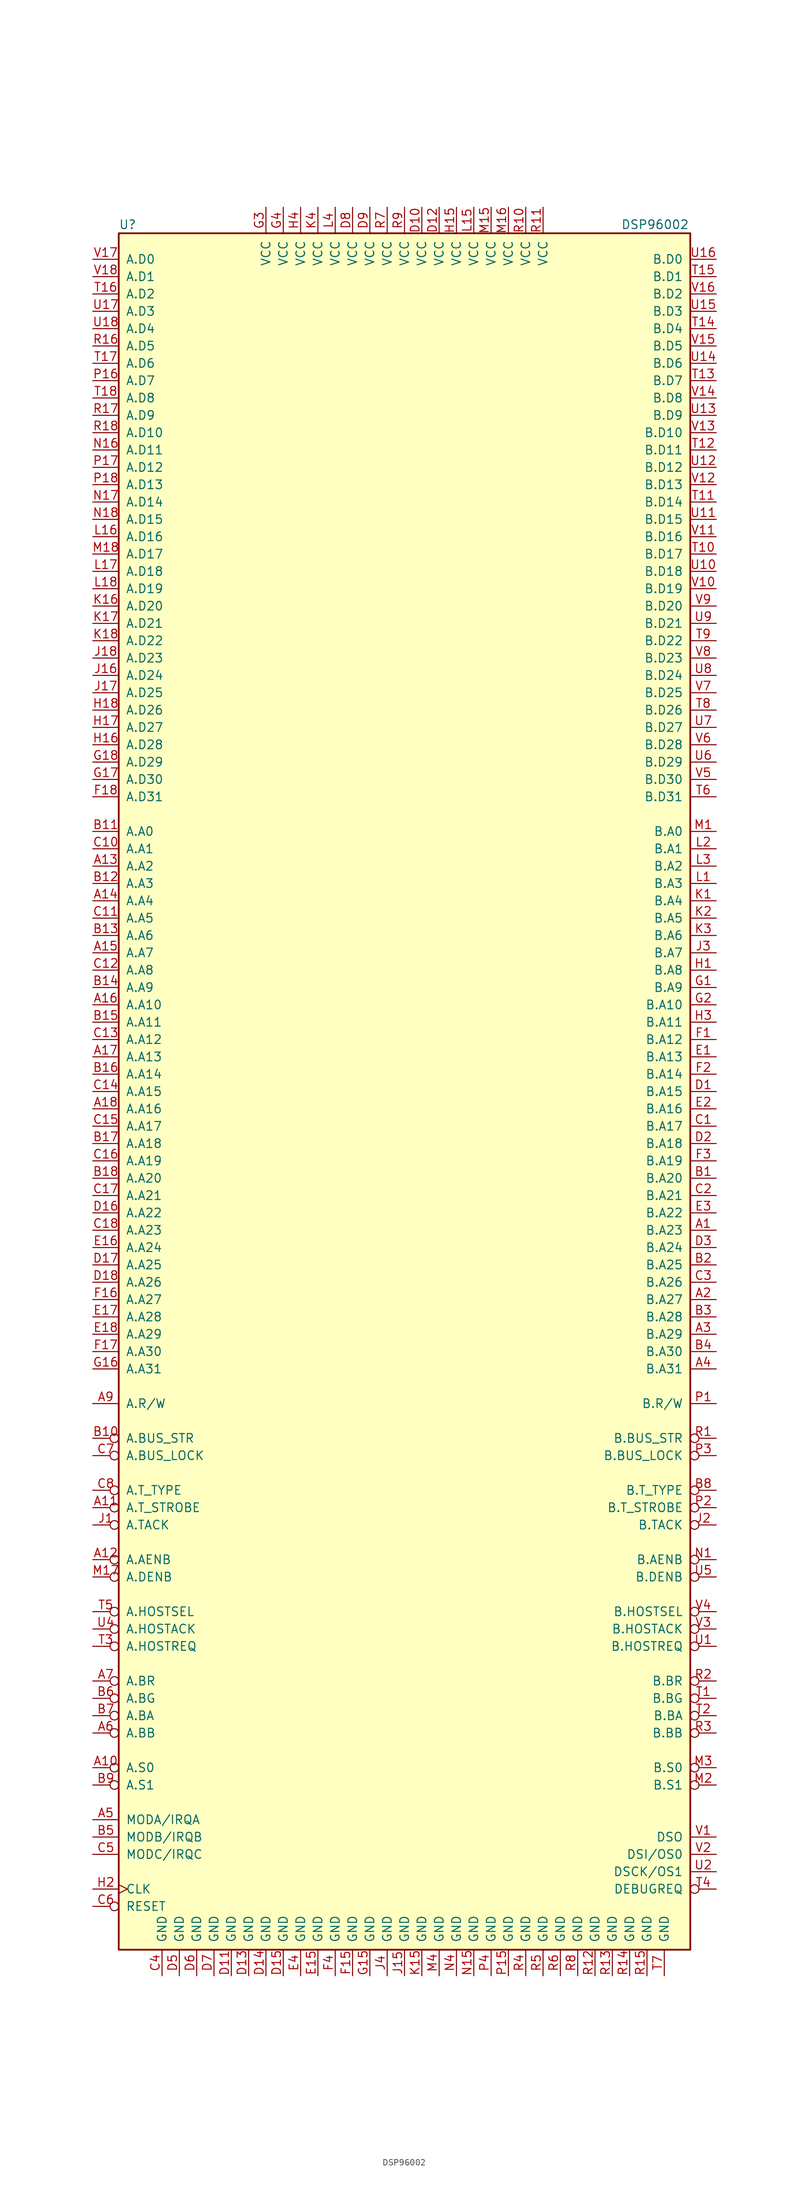
<source format=kicad_sym>
(kicad_symbol_lib
  (version 20211014)
  (generator kicad_symbol_editor)
  (symbol "DSP96002"
    (pin_names
      (offset 1.016))
    (property "Reference" "U"
      (at -41.91 127 0)
      (effects (font (size 1.27 1.27)) (justify left)))
    (property "Value" "DSP96002"
      (at 31.75 127 0)
      (effects (font (size 1.27 1.27)) (justify left)))
    (symbol "DSP96002_0_1"
      (rectangle (start -41.91 -125.73) (end 41.91 125.73) (stroke (width 0.254) (type default) (color 0 0 0 0)) (fill (type background))))
    (symbol "DSP96002_1_1"
      (pin tri_state line (at 45.72 -20.32 180) (length 3.81) (name "B.A23" (effects (font (size 1.27 1.27)))) (number "A1" (effects (font (size 1.27 1.27)))))
      (pin tri_state inverted (at -45.72 -99.06 0) (length 3.81) (name "A.S0" (effects (font (size 1.27 1.27)))) (number "A10" (effects (font (size 1.27 1.27)))))
      (pin tri_state inverted (at -45.72 -60.96 0) (length 3.81) (name "A.T_STROBE" (effects (font (size 1.27 1.27)))) (number "A11" (effects (font (size 1.27 1.27)))))
      (pin input inverted (at -45.72 -68.58 0) (length 3.81) (name "A.AENB" (effects (font (size 1.27 1.27)))) (number "A12" (effects (font (size 1.27 1.27)))))
      (pin tri_state line (at -45.72 33.02 0) (length 3.81) (name "A.A2" (effects (font (size 1.27 1.27)))) (number "A13" (effects (font (size 1.27 1.27)))))
      (pin tri_state line (at -45.72 27.94 0) (length 3.81) (name "A.A4" (effects (font (size 1.27 1.27)))) (number "A14" (effects (font (size 1.27 1.27)))))
      (pin tri_state line (at -45.72 20.32 0) (length 3.81) (name "A.A7" (effects (font (size 1.27 1.27)))) (number "A15" (effects (font (size 1.27 1.27)))))
      (pin tri_state line (at -45.72 12.7 0) (length 3.81) (name "A.A10" (effects (font (size 1.27 1.27)))) (number "A16" (effects (font (size 1.27 1.27)))))
      (pin tri_state line (at -45.72 5.08 0) (length 3.81) (name "A.A13" (effects (font (size 1.27 1.27)))) (number "A17" (effects (font (size 1.27 1.27)))))
      (pin tri_state line (at -45.72 -2.54 0) (length 3.81) (name "A.A16" (effects (font (size 1.27 1.27)))) (number "A18" (effects (font (size 1.27 1.27)))))
      (pin tri_state line (at 45.72 -30.48 180) (length 3.81) (name "B.A27" (effects (font (size 1.27 1.27)))) (number "A2" (effects (font (size 1.27 1.27)))))
      (pin tri_state line (at 45.72 -35.56 180) (length 3.81) (name "B.A29" (effects (font (size 1.27 1.27)))) (number "A3" (effects (font (size 1.27 1.27)))))
      (pin tri_state line (at 45.72 -40.64 180) (length 3.81) (name "B.A31" (effects (font (size 1.27 1.27)))) (number "A4" (effects (font (size 1.27 1.27)))))
      (pin input line (at -45.72 -106.68 0) (length 3.81) (name "MODA/IRQA" (effects (font (size 1.27 1.27)))) (number "A5" (effects (font (size 1.27 1.27)))))
      (pin input inverted (at -45.72 -93.98 0) (length 3.81) (name "A.BB" (effects (font (size 1.27 1.27)))) (number "A6" (effects (font (size 1.27 1.27)))))
      (pin output inverted (at -45.72 -86.36 0) (length 3.81) (name "A.BR" (effects (font (size 1.27 1.27)))) (number "A7" (effects (font (size 1.27 1.27)))))
      (pin tri_state line (at -45.72 -45.72 0) (length 3.81) (name "A.R/W" (effects (font (size 1.27 1.27)))) (number "A9" (effects (font (size 1.27 1.27)))))
      (pin tri_state line (at 45.72 -12.7 180) (length 3.81) (name "B.A20" (effects (font (size 1.27 1.27)))) (number "B1" (effects (font (size 1.27 1.27)))))
      (pin output inverted (at -45.72 -50.8 0) (length 3.81) (name "A.BUS_STR" (effects (font (size 1.27 1.27)))) (number "B10" (effects (font (size 1.27 1.27)))))
      (pin tri_state line (at -45.72 38.1 0) (length 3.81) (name "A.A0" (effects (font (size 1.27 1.27)))) (number "B11" (effects (font (size 1.27 1.27)))))
      (pin tri_state line (at -45.72 30.48 0) (length 3.81) (name "A.A3" (effects (font (size 1.27 1.27)))) (number "B12" (effects (font (size 1.27 1.27)))))
      (pin tri_state line (at -45.72 22.86 0) (length 3.81) (name "A.A6" (effects (font (size 1.27 1.27)))) (number "B13" (effects (font (size 1.27 1.27)))))
      (pin tri_state line (at -45.72 15.24 0) (length 3.81) (name "A.A9" (effects (font (size 1.27 1.27)))) (number "B14" (effects (font (size 1.27 1.27)))))
      (pin tri_state line (at -45.72 10.16 0) (length 3.81) (name "A.A11" (effects (font (size 1.27 1.27)))) (number "B15" (effects (font (size 1.27 1.27)))))
      (pin tri_state line (at -45.72 2.54 0) (length 3.81) (name "A.A14" (effects (font (size 1.27 1.27)))) (number "B16" (effects (font (size 1.27 1.27)))))
      (pin tri_state line (at -45.72 -7.62 0) (length 3.81) (name "A.A18" (effects (font (size 1.27 1.27)))) (number "B17" (effects (font (size 1.27 1.27)))))
      (pin tri_state line (at -45.72 -12.7 0) (length 3.81) (name "A.A20" (effects (font (size 1.27 1.27)))) (number "B18" (effects (font (size 1.27 1.27)))))
      (pin tri_state line (at 45.72 -25.4 180) (length 3.81) (name "B.A25" (effects (font (size 1.27 1.27)))) (number "B2" (effects (font (size 1.27 1.27)))))
      (pin tri_state line (at 45.72 -33.02 180) (length 3.81) (name "B.A28" (effects (font (size 1.27 1.27)))) (number "B3" (effects (font (size 1.27 1.27)))))
      (pin tri_state line (at 45.72 -38.1 180) (length 3.81) (name "B.A30" (effects (font (size 1.27 1.27)))) (number "B4" (effects (font (size 1.27 1.27)))))
      (pin input line (at -45.72 -109.22 0) (length 3.81) (name "MODB/IRQB" (effects (font (size 1.27 1.27)))) (number "B5" (effects (font (size 1.27 1.27)))))
      (pin input inverted (at -45.72 -88.9 0) (length 3.81) (name "A.BG" (effects (font (size 1.27 1.27)))) (number "B6" (effects (font (size 1.27 1.27)))))
      (pin open_collector inverted (at -45.72 -91.44 0) (length 3.81) (name "A.BA" (effects (font (size 1.27 1.27)))) (number "B7" (effects (font (size 1.27 1.27)))))
      (pin output inverted (at 45.72 -58.42 180) (length 3.81) (name "B.T_TYPE" (effects (font (size 1.27 1.27)))) (number "B8" (effects (font (size 1.27 1.27)))))
      (pin tri_state inverted (at -45.72 -101.6 0) (length 3.81) (name "A.S1" (effects (font (size 1.27 1.27)))) (number "B9" (effects (font (size 1.27 1.27)))))
      (pin tri_state line (at 45.72 -5.08 180) (length 3.81) (name "B.A17" (effects (font (size 1.27 1.27)))) (number "C1" (effects (font (size 1.27 1.27)))))
      (pin tri_state line (at -45.72 35.56 0) (length 3.81) (name "A.A1" (effects (font (size 1.27 1.27)))) (number "C10" (effects (font (size 1.27 1.27)))))
      (pin tri_state line (at -45.72 25.4 0) (length 3.81) (name "A.A5" (effects (font (size 1.27 1.27)))) (number "C11" (effects (font (size 1.27 1.27)))))
      (pin tri_state line (at -45.72 17.78 0) (length 3.81) (name "A.A8" (effects (font (size 1.27 1.27)))) (number "C12" (effects (font (size 1.27 1.27)))))
      (pin tri_state line (at -45.72 7.62 0) (length 3.81) (name "A.A12" (effects (font (size 1.27 1.27)))) (number "C13" (effects (font (size 1.27 1.27)))))
      (pin tri_state line (at -45.72 0 0) (length 3.81) (name "A.A15" (effects (font (size 1.27 1.27)))) (number "C14" (effects (font (size 1.27 1.27)))))
      (pin tri_state line (at -45.72 -5.08 0) (length 3.81) (name "A.A17" (effects (font (size 1.27 1.27)))) (number "C15" (effects (font (size 1.27 1.27)))))
      (pin tri_state line (at -45.72 -10.16 0) (length 3.81) (name "A.A19" (effects (font (size 1.27 1.27)))) (number "C16" (effects (font (size 1.27 1.27)))))
      (pin tri_state line (at -45.72 -15.24 0) (length 3.81) (name "A.A21" (effects (font (size 1.27 1.27)))) (number "C17" (effects (font (size 1.27 1.27)))))
      (pin tri_state line (at -45.72 -20.32 0) (length 3.81) (name "A.A23" (effects (font (size 1.27 1.27)))) (number "C18" (effects (font (size 1.27 1.27)))))
      (pin tri_state line (at 45.72 -15.24 180) (length 3.81) (name "B.A21" (effects (font (size 1.27 1.27)))) (number "C2" (effects (font (size 1.27 1.27)))))
      (pin tri_state line (at 45.72 -27.94 180) (length 3.81) (name "B.A26" (effects (font (size 1.27 1.27)))) (number "C3" (effects (font (size 1.27 1.27)))))
      (pin power_in line (at -35.56 -129.54 90) (length 3.81) (name "GND" (effects (font (size 1.27 1.27)))) (number "C4" (effects (font (size 1.27 1.27)))))
      (pin input line (at -45.72 -111.76 0) (length 3.81) (name "MODC/IRQC" (effects (font (size 1.27 1.27)))) (number "C5" (effects (font (size 1.27 1.27)))))
      (pin input inverted (at -45.72 -119.38 0) (length 3.81) (name "RESET" (effects (font (size 1.27 1.27)))) (number "C6" (effects (font (size 1.27 1.27)))))
      (pin output inverted (at -45.72 -53.34 0) (length 3.81) (name "A.BUS_LOCK" (effects (font (size 1.27 1.27)))) (number "C7" (effects (font (size 1.27 1.27)))))
      (pin output inverted (at -45.72 -58.42 0) (length 3.81) (name "A.T_TYPE" (effects (font (size 1.27 1.27)))) (number "C8" (effects (font (size 1.27 1.27)))))
      (pin tri_state line (at 45.72 0 180) (length 3.81) (name "B.A15" (effects (font (size 1.27 1.27)))) (number "D1" (effects (font (size 1.27 1.27)))))
      (pin power_in line (at 2.54 129.54 270) (length 3.81) (name "VCC" (effects (font (size 1.27 1.27)))) (number "D10" (effects (font (size 1.27 1.27)))))
      (pin power_in line (at -25.4 -129.54 90) (length 3.81) (name "GND" (effects (font (size 1.27 1.27)))) (number "D11" (effects (font (size 1.27 1.27)))))
      (pin power_in line (at 5.08 129.54 270) (length 3.81) (name "VCC" (effects (font (size 1.27 1.27)))) (number "D12" (effects (font (size 1.27 1.27)))))
      (pin power_in line (at -22.86 -129.54 90) (length 3.81) (name "GND" (effects (font (size 1.27 1.27)))) (number "D13" (effects (font (size 1.27 1.27)))))
      (pin power_in line (at -20.32 -129.54 90) (length 3.81) (name "GND" (effects (font (size 1.27 1.27)))) (number "D14" (effects (font (size 1.27 1.27)))))
      (pin power_in line (at -17.78 -129.54 90) (length 3.81) (name "GND" (effects (font (size 1.27 1.27)))) (number "D15" (effects (font (size 1.27 1.27)))))
      (pin tri_state line (at -45.72 -17.78 0) (length 3.81) (name "A.A22" (effects (font (size 1.27 1.27)))) (number "D16" (effects (font (size 1.27 1.27)))))
      (pin tri_state line (at -45.72 -25.4 0) (length 3.81) (name "A.A25" (effects (font (size 1.27 1.27)))) (number "D17" (effects (font (size 1.27 1.27)))))
      (pin tri_state line (at -45.72 -27.94 0) (length 3.81) (name "A.A26" (effects (font (size 1.27 1.27)))) (number "D18" (effects (font (size 1.27 1.27)))))
      (pin tri_state line (at 45.72 -7.62 180) (length 3.81) (name "B.A18" (effects (font (size 1.27 1.27)))) (number "D2" (effects (font (size 1.27 1.27)))))
      (pin tri_state line (at 45.72 -22.86 180) (length 3.81) (name "B.A24" (effects (font (size 1.27 1.27)))) (number "D3" (effects (font (size 1.27 1.27)))))
      (pin power_in line (at -33.02 -129.54 90) (length 3.81) (name "GND" (effects (font (size 1.27 1.27)))) (number "D5" (effects (font (size 1.27 1.27)))))
      (pin power_in line (at -30.48 -129.54 90) (length 3.81) (name "GND" (effects (font (size 1.27 1.27)))) (number "D6" (effects (font (size 1.27 1.27)))))
      (pin power_in line (at -27.94 -129.54 90) (length 3.81) (name "GND" (effects (font (size 1.27 1.27)))) (number "D7" (effects (font (size 1.27 1.27)))))
      (pin power_in line (at -7.62 129.54 270) (length 3.81) (name "VCC" (effects (font (size 1.27 1.27)))) (number "D8" (effects (font (size 1.27 1.27)))))
      (pin power_in line (at -5.08 129.54 270) (length 3.81) (name "VCC" (effects (font (size 1.27 1.27)))) (number "D9" (effects (font (size 1.27 1.27)))))
      (pin tri_state line (at 45.72 5.08 180) (length 3.81) (name "B.A13" (effects (font (size 1.27 1.27)))) (number "E1" (effects (font (size 1.27 1.27)))))
      (pin power_in line (at -12.7 -129.54 90) (length 3.81) (name "GND" (effects (font (size 1.27 1.27)))) (number "E15" (effects (font (size 1.27 1.27)))))
      (pin tri_state line (at -45.72 -22.86 0) (length 3.81) (name "A.A24" (effects (font (size 1.27 1.27)))) (number "E16" (effects (font (size 1.27 1.27)))))
      (pin tri_state line (at -45.72 -33.02 0) (length 3.81) (name "A.A28" (effects (font (size 1.27 1.27)))) (number "E17" (effects (font (size 1.27 1.27)))))
      (pin tri_state line (at -45.72 -35.56 0) (length 3.81) (name "A.A29" (effects (font (size 1.27 1.27)))) (number "E18" (effects (font (size 1.27 1.27)))))
      (pin tri_state line (at 45.72 -2.54 180) (length 3.81) (name "B.A16" (effects (font (size 1.27 1.27)))) (number "E2" (effects (font (size 1.27 1.27)))))
      (pin tri_state line (at 45.72 -17.78 180) (length 3.81) (name "B.A22" (effects (font (size 1.27 1.27)))) (number "E3" (effects (font (size 1.27 1.27)))))
      (pin power_in line (at -15.24 -129.54 90) (length 3.81) (name "GND" (effects (font (size 1.27 1.27)))) (number "E4" (effects (font (size 1.27 1.27)))))
      (pin tri_state line (at 45.72 7.62 180) (length 3.81) (name "B.A12" (effects (font (size 1.27 1.27)))) (number "F1" (effects (font (size 1.27 1.27)))))
      (pin power_in line (at -7.62 -129.54 90) (length 3.81) (name "GND" (effects (font (size 1.27 1.27)))) (number "F15" (effects (font (size 1.27 1.27)))))
      (pin tri_state line (at -45.72 -30.48 0) (length 3.81) (name "A.A27" (effects (font (size 1.27 1.27)))) (number "F16" (effects (font (size 1.27 1.27)))))
      (pin tri_state line (at -45.72 -38.1 0) (length 3.81) (name "A.A30" (effects (font (size 1.27 1.27)))) (number "F17" (effects (font (size 1.27 1.27)))))
      (pin tri_state line (at -45.72 43.18 0) (length 3.81) (name "A.D31" (effects (font (size 1.27 1.27)))) (number "F18" (effects (font (size 1.27 1.27)))))
      (pin tri_state line (at 45.72 2.54 180) (length 3.81) (name "B.A14" (effects (font (size 1.27 1.27)))) (number "F2" (effects (font (size 1.27 1.27)))))
      (pin tri_state line (at 45.72 -10.16 180) (length 3.81) (name "B.A19" (effects (font (size 1.27 1.27)))) (number "F3" (effects (font (size 1.27 1.27)))))
      (pin power_in line (at -10.16 -129.54 90) (length 3.81) (name "GND" (effects (font (size 1.27 1.27)))) (number "F4" (effects (font (size 1.27 1.27)))))
      (pin tri_state line (at 45.72 15.24 180) (length 3.81) (name "B.A9" (effects (font (size 1.27 1.27)))) (number "G1" (effects (font (size 1.27 1.27)))))
      (pin power_in line (at -5.08 -129.54 90) (length 3.81) (name "GND" (effects (font (size 1.27 1.27)))) (number "G15" (effects (font (size 1.27 1.27)))))
      (pin tri_state line (at -45.72 -40.64 0) (length 3.81) (name "A.A31" (effects (font (size 1.27 1.27)))) (number "G16" (effects (font (size 1.27 1.27)))))
      (pin tri_state line (at -45.72 45.72 0) (length 3.81) (name "A.D30" (effects (font (size 1.27 1.27)))) (number "G17" (effects (font (size 1.27 1.27)))))
      (pin tri_state line (at -45.72 48.26 0) (length 3.81) (name "A.D29" (effects (font (size 1.27 1.27)))) (number "G18" (effects (font (size 1.27 1.27)))))
      (pin tri_state line (at 45.72 12.7 180) (length 3.81) (name "B.A10" (effects (font (size 1.27 1.27)))) (number "G2" (effects (font (size 1.27 1.27)))))
      (pin power_in line (at -20.32 129.54 270) (length 3.81) (name "VCC" (effects (font (size 1.27 1.27)))) (number "G3" (effects (font (size 1.27 1.27)))))
      (pin power_in line (at -17.78 129.54 270) (length 3.81) (name "VCC" (effects (font (size 1.27 1.27)))) (number "G4" (effects (font (size 1.27 1.27)))))
      (pin tri_state line (at 45.72 17.78 180) (length 3.81) (name "B.A8" (effects (font (size 1.27 1.27)))) (number "H1" (effects (font (size 1.27 1.27)))))
      (pin power_in line (at 7.62 129.54 270) (length 3.81) (name "VCC" (effects (font (size 1.27 1.27)))) (number "H15" (effects (font (size 1.27 1.27)))))
      (pin tri_state line (at -45.72 50.8 0) (length 3.81) (name "A.D28" (effects (font (size 1.27 1.27)))) (number "H16" (effects (font (size 1.27 1.27)))))
      (pin tri_state line (at -45.72 53.34 0) (length 3.81) (name "A.D27" (effects (font (size 1.27 1.27)))) (number "H17" (effects (font (size 1.27 1.27)))))
      (pin tri_state line (at -45.72 55.88 0) (length 3.81) (name "A.D26" (effects (font (size 1.27 1.27)))) (number "H18" (effects (font (size 1.27 1.27)))))
      (pin input clock (at -45.72 -116.84 0) (length 3.81) (name "CLK" (effects (font (size 1.27 1.27)))) (number "H2" (effects (font (size 1.27 1.27)))))
      (pin tri_state line (at 45.72 10.16 180) (length 3.81) (name "B.A11" (effects (font (size 1.27 1.27)))) (number "H3" (effects (font (size 1.27 1.27)))))
      (pin power_in line (at -15.24 129.54 270) (length 3.81) (name "VCC" (effects (font (size 1.27 1.27)))) (number "H4" (effects (font (size 1.27 1.27)))))
      (pin input inverted (at -45.72 -63.5 0) (length 3.81) (name "A.TACK" (effects (font (size 1.27 1.27)))) (number "J1" (effects (font (size 1.27 1.27)))))
      (pin power_in line (at 0 -129.54 90) (length 3.81) (name "GND" (effects (font (size 1.27 1.27)))) (number "J15" (effects (font (size 1.27 1.27)))))
      (pin tri_state line (at -45.72 60.96 0) (length 3.81) (name "A.D24" (effects (font (size 1.27 1.27)))) (number "J16" (effects (font (size 1.27 1.27)))))
      (pin tri_state line (at -45.72 58.42 0) (length 3.81) (name "A.D25" (effects (font (size 1.27 1.27)))) (number "J17" (effects (font (size 1.27 1.27)))))
      (pin tri_state line (at -45.72 63.5 0) (length 3.81) (name "A.D23" (effects (font (size 1.27 1.27)))) (number "J18" (effects (font (size 1.27 1.27)))))
      (pin input inverted (at 45.72 -63.5 180) (length 3.81) (name "B.TACK" (effects (font (size 1.27 1.27)))) (number "J2" (effects (font (size 1.27 1.27)))))
      (pin tri_state line (at 45.72 20.32 180) (length 3.81) (name "B.A7" (effects (font (size 1.27 1.27)))) (number "J3" (effects (font (size 1.27 1.27)))))
      (pin power_in line (at -2.54 -129.54 90) (length 3.81) (name "GND" (effects (font (size 1.27 1.27)))) (number "J4" (effects (font (size 1.27 1.27)))))
      (pin tri_state line (at 45.72 27.94 180) (length 3.81) (name "B.A4" (effects (font (size 1.27 1.27)))) (number "K1" (effects (font (size 1.27 1.27)))))
      (pin power_in line (at 2.54 -129.54 90) (length 3.81) (name "GND" (effects (font (size 1.27 1.27)))) (number "K15" (effects (font (size 1.27 1.27)))))
      (pin tri_state line (at -45.72 71.12 0) (length 3.81) (name "A.D20" (effects (font (size 1.27 1.27)))) (number "K16" (effects (font (size 1.27 1.27)))))
      (pin tri_state line (at -45.72 68.58 0) (length 3.81) (name "A.D21" (effects (font (size 1.27 1.27)))) (number "K17" (effects (font (size 1.27 1.27)))))
      (pin tri_state line (at -45.72 66.04 0) (length 3.81) (name "A.D22" (effects (font (size 1.27 1.27)))) (number "K18" (effects (font (size 1.27 1.27)))))
      (pin tri_state line (at 45.72 25.4 180) (length 3.81) (name "B.A5" (effects (font (size 1.27 1.27)))) (number "K2" (effects (font (size 1.27 1.27)))))
      (pin tri_state line (at 45.72 22.86 180) (length 3.81) (name "B.A6" (effects (font (size 1.27 1.27)))) (number "K3" (effects (font (size 1.27 1.27)))))
      (pin power_in line (at -12.7 129.54 270) (length 3.81) (name "VCC" (effects (font (size 1.27 1.27)))) (number "K4" (effects (font (size 1.27 1.27)))))
      (pin tri_state line (at 45.72 30.48 180) (length 3.81) (name "B.A3" (effects (font (size 1.27 1.27)))) (number "L1" (effects (font (size 1.27 1.27)))))
      (pin power_in line (at 10.16 129.54 270) (length 3.81) (name "VCC" (effects (font (size 1.27 1.27)))) (number "L15" (effects (font (size 1.27 1.27)))))
      (pin tri_state line (at -45.72 81.28 0) (length 3.81) (name "A.D16" (effects (font (size 1.27 1.27)))) (number "L16" (effects (font (size 1.27 1.27)))))
      (pin tri_state line (at -45.72 76.2 0) (length 3.81) (name "A.D18" (effects (font (size 1.27 1.27)))) (number "L17" (effects (font (size 1.27 1.27)))))
      (pin tri_state line (at -45.72 73.66 0) (length 3.81) (name "A.D19" (effects (font (size 1.27 1.27)))) (number "L18" (effects (font (size 1.27 1.27)))))
      (pin tri_state line (at 45.72 35.56 180) (length 3.81) (name "B.A1" (effects (font (size 1.27 1.27)))) (number "L2" (effects (font (size 1.27 1.27)))))
      (pin tri_state line (at 45.72 33.02 180) (length 3.81) (name "B.A2" (effects (font (size 1.27 1.27)))) (number "L3" (effects (font (size 1.27 1.27)))))
      (pin power_in line (at -10.16 129.54 270) (length 3.81) (name "VCC" (effects (font (size 1.27 1.27)))) (number "L4" (effects (font (size 1.27 1.27)))))
      (pin tri_state line (at 45.72 38.1 180) (length 3.81) (name "B.A0" (effects (font (size 1.27 1.27)))) (number "M1" (effects (font (size 1.27 1.27)))))
      (pin power_in line (at 12.7 129.54 270) (length 3.81) (name "VCC" (effects (font (size 1.27 1.27)))) (number "M15" (effects (font (size 1.27 1.27)))))
      (pin power_in line (at 15.24 129.54 270) (length 3.81) (name "VCC" (effects (font (size 1.27 1.27)))) (number "M16" (effects (font (size 1.27 1.27)))))
      (pin input inverted (at -45.72 -71.12 0) (length 3.81) (name "A.DENB" (effects (font (size 1.27 1.27)))) (number "M17" (effects (font (size 1.27 1.27)))))
      (pin tri_state line (at -45.72 78.74 0) (length 3.81) (name "A.D17" (effects (font (size 1.27 1.27)))) (number "M18" (effects (font (size 1.27 1.27)))))
      (pin tri_state inverted (at 45.72 -101.6 180) (length 3.81) (name "B.S1" (effects (font (size 1.27 1.27)))) (number "M2" (effects (font (size 1.27 1.27)))))
      (pin tri_state inverted (at 45.72 -99.06 180) (length 3.81) (name "B.S0" (effects (font (size 1.27 1.27)))) (number "M3" (effects (font (size 1.27 1.27)))))
      (pin power_in line (at 5.08 -129.54 90) (length 3.81) (name "GND" (effects (font (size 1.27 1.27)))) (number "M4" (effects (font (size 1.27 1.27)))))
      (pin input inverted (at 45.72 -68.58 180) (length 3.81) (name "B.AENB" (effects (font (size 1.27 1.27)))) (number "N1" (effects (font (size 1.27 1.27)))))
      (pin power_in line (at 10.16 -129.54 90) (length 3.81) (name "GND" (effects (font (size 1.27 1.27)))) (number "N15" (effects (font (size 1.27 1.27)))))
      (pin tri_state line (at -45.72 93.98 0) (length 3.81) (name "A.D11" (effects (font (size 1.27 1.27)))) (number "N16" (effects (font (size 1.27 1.27)))))
      (pin tri_state line (at -45.72 86.36 0) (length 3.81) (name "A.D14" (effects (font (size 1.27 1.27)))) (number "N17" (effects (font (size 1.27 1.27)))))
      (pin tri_state line (at -45.72 83.82 0) (length 3.81) (name "A.D15" (effects (font (size 1.27 1.27)))) (number "N18" (effects (font (size 1.27 1.27)))))
      (pin power_in line (at 7.62 -129.54 90) (length 3.81) (name "GND" (effects (font (size 1.27 1.27)))) (number "N4" (effects (font (size 1.27 1.27)))))
      (pin tri_state line (at 45.72 -45.72 180) (length 3.81) (name "B.R/W" (effects (font (size 1.27 1.27)))) (number "P1" (effects (font (size 1.27 1.27)))))
      (pin power_in line (at 15.24 -129.54 90) (length 3.81) (name "GND" (effects (font (size 1.27 1.27)))) (number "P15" (effects (font (size 1.27 1.27)))))
      (pin tri_state line (at -45.72 104.14 0) (length 3.81) (name "A.D7" (effects (font (size 1.27 1.27)))) (number "P16" (effects (font (size 1.27 1.27)))))
      (pin tri_state line (at -45.72 91.44 0) (length 3.81) (name "A.D12" (effects (font (size 1.27 1.27)))) (number "P17" (effects (font (size 1.27 1.27)))))
      (pin tri_state line (at -45.72 88.9 0) (length 3.81) (name "A.D13" (effects (font (size 1.27 1.27)))) (number "P18" (effects (font (size 1.27 1.27)))))
      (pin tri_state inverted (at 45.72 -60.96 180) (length 3.81) (name "B.T_STROBE" (effects (font (size 1.27 1.27)))) (number "P2" (effects (font (size 1.27 1.27)))))
      (pin output inverted (at 45.72 -53.34 180) (length 3.81) (name "B.BUS_LOCK" (effects (font (size 1.27 1.27)))) (number "P3" (effects (font (size 1.27 1.27)))))
      (pin power_in line (at 12.7 -129.54 90) (length 3.81) (name "GND" (effects (font (size 1.27 1.27)))) (number "P4" (effects (font (size 1.27 1.27)))))
      (pin output inverted (at 45.72 -50.8 180) (length 3.81) (name "B.BUS_STR" (effects (font (size 1.27 1.27)))) (number "R1" (effects (font (size 1.27 1.27)))))
      (pin power_in line (at 17.78 129.54 270) (length 3.81) (name "VCC" (effects (font (size 1.27 1.27)))) (number "R10" (effects (font (size 1.27 1.27)))))
      (pin power_in line (at 20.32 129.54 270) (length 3.81) (name "VCC" (effects (font (size 1.27 1.27)))) (number "R11" (effects (font (size 1.27 1.27)))))
      (pin power_in line (at 27.94 -129.54 90) (length 3.81) (name "GND" (effects (font (size 1.27 1.27)))) (number "R12" (effects (font (size 1.27 1.27)))))
      (pin power_in line (at 30.48 -129.54 90) (length 3.81) (name "GND" (effects (font (size 1.27 1.27)))) (number "R13" (effects (font (size 1.27 1.27)))))
      (pin power_in line (at 33.02 -129.54 90) (length 3.81) (name "GND" (effects (font (size 1.27 1.27)))) (number "R14" (effects (font (size 1.27 1.27)))))
      (pin power_in line (at 35.56 -129.54 90) (length 3.81) (name "GND" (effects (font (size 1.27 1.27)))) (number "R15" (effects (font (size 1.27 1.27)))))
      (pin tri_state line (at -45.72 109.22 0) (length 3.81) (name "A.D5" (effects (font (size 1.27 1.27)))) (number "R16" (effects (font (size 1.27 1.27)))))
      (pin tri_state line (at -45.72 99.06 0) (length 3.81) (name "A.D9" (effects (font (size 1.27 1.27)))) (number "R17" (effects (font (size 1.27 1.27)))))
      (pin tri_state line (at -45.72 96.52 0) (length 3.81) (name "A.D10" (effects (font (size 1.27 1.27)))) (number "R18" (effects (font (size 1.27 1.27)))))
      (pin output inverted (at 45.72 -86.36 180) (length 3.81) (name "B.BR" (effects (font (size 1.27 1.27)))) (number "R2" (effects (font (size 1.27 1.27)))))
      (pin input inverted (at 45.72 -93.98 180) (length 3.81) (name "B.BB" (effects (font (size 1.27 1.27)))) (number "R3" (effects (font (size 1.27 1.27)))))
      (pin power_in line (at 17.78 -129.54 90) (length 3.81) (name "GND" (effects (font (size 1.27 1.27)))) (number "R4" (effects (font (size 1.27 1.27)))))
      (pin power_in line (at 20.32 -129.54 90) (length 3.81) (name "GND" (effects (font (size 1.27 1.27)))) (number "R5" (effects (font (size 1.27 1.27)))))
      (pin power_in line (at 22.86 -129.54 90) (length 3.81) (name "GND" (effects (font (size 1.27 1.27)))) (number "R6" (effects (font (size 1.27 1.27)))))
      (pin power_in line (at -2.54 129.54 270) (length 3.81) (name "VCC" (effects (font (size 1.27 1.27)))) (number "R7" (effects (font (size 1.27 1.27)))))
      (pin power_in line (at 25.4 -129.54 90) (length 3.81) (name "GND" (effects (font (size 1.27 1.27)))) (number "R8" (effects (font (size 1.27 1.27)))))
      (pin power_in line (at 0 129.54 270) (length 3.81) (name "VCC" (effects (font (size 1.27 1.27)))) (number "R9" (effects (font (size 1.27 1.27)))))
      (pin input inverted (at 45.72 -88.9 180) (length 3.81) (name "B.BG" (effects (font (size 1.27 1.27)))) (number "T1" (effects (font (size 1.27 1.27)))))
      (pin tri_state line (at 45.72 78.74 180) (length 3.81) (name "B.D17" (effects (font (size 1.27 1.27)))) (number "T10" (effects (font (size 1.27 1.27)))))
      (pin tri_state line (at 45.72 86.36 180) (length 3.81) (name "B.D14" (effects (font (size 1.27 1.27)))) (number "T11" (effects (font (size 1.27 1.27)))))
      (pin tri_state line (at 45.72 93.98 180) (length 3.81) (name "B.D11" (effects (font (size 1.27 1.27)))) (number "T12" (effects (font (size 1.27 1.27)))))
      (pin tri_state line (at 45.72 104.14 180) (length 3.81) (name "B.D7" (effects (font (size 1.27 1.27)))) (number "T13" (effects (font (size 1.27 1.27)))))
      (pin tri_state line (at 45.72 111.76 180) (length 3.81) (name "B.D4" (effects (font (size 1.27 1.27)))) (number "T14" (effects (font (size 1.27 1.27)))))
      (pin tri_state line (at 45.72 119.38 180) (length 3.81) (name "B.D1" (effects (font (size 1.27 1.27)))) (number "T15" (effects (font (size 1.27 1.27)))))
      (pin tri_state line (at -45.72 116.84 0) (length 3.81) (name "A.D2" (effects (font (size 1.27 1.27)))) (number "T16" (effects (font (size 1.27 1.27)))))
      (pin tri_state line (at -45.72 106.68 0) (length 3.81) (name "A.D6" (effects (font (size 1.27 1.27)))) (number "T17" (effects (font (size 1.27 1.27)))))
      (pin tri_state line (at -45.72 101.6 0) (length 3.81) (name "A.D8" (effects (font (size 1.27 1.27)))) (number "T18" (effects (font (size 1.27 1.27)))))
      (pin open_collector inverted (at 45.72 -91.44 180) (length 3.81) (name "B.BA" (effects (font (size 1.27 1.27)))) (number "T2" (effects (font (size 1.27 1.27)))))
      (pin output inverted (at -45.72 -81.28 0) (length 3.81) (name "A.HOSTREQ" (effects (font (size 1.27 1.27)))) (number "T3" (effects (font (size 1.27 1.27)))))
      (pin input inverted (at 45.72 -116.84 180) (length 3.81) (name "DEBUGREQ" (effects (font (size 1.27 1.27)))) (number "T4" (effects (font (size 1.27 1.27)))))
      (pin input inverted (at -45.72 -76.2 0) (length 3.81) (name "A.HOSTSEL" (effects (font (size 1.27 1.27)))) (number "T5" (effects (font (size 1.27 1.27)))))
      (pin tri_state line (at 45.72 43.18 180) (length 3.81) (name "B.D31" (effects (font (size 1.27 1.27)))) (number "T6" (effects (font (size 1.27 1.27)))))
      (pin power_in line (at 38.1 -129.54 90) (length 3.81) (name "GND" (effects (font (size 1.27 1.27)))) (number "T7" (effects (font (size 1.27 1.27)))))
      (pin tri_state line (at 45.72 55.88 180) (length 3.81) (name "B.D26" (effects (font (size 1.27 1.27)))) (number "T8" (effects (font (size 1.27 1.27)))))
      (pin tri_state line (at 45.72 66.04 180) (length 3.81) (name "B.D22" (effects (font (size 1.27 1.27)))) (number "T9" (effects (font (size 1.27 1.27)))))
      (pin output inverted (at 45.72 -81.28 180) (length 3.81) (name "B.HOSTREQ" (effects (font (size 1.27 1.27)))) (number "U1" (effects (font (size 1.27 1.27)))))
      (pin tri_state line (at 45.72 76.2 180) (length 3.81) (name "B.D18" (effects (font (size 1.27 1.27)))) (number "U10" (effects (font (size 1.27 1.27)))))
      (pin tri_state line (at 45.72 83.82 180) (length 3.81) (name "B.D15" (effects (font (size 1.27 1.27)))) (number "U11" (effects (font (size 1.27 1.27)))))
      (pin tri_state line (at 45.72 91.44 180) (length 3.81) (name "B.D12" (effects (font (size 1.27 1.27)))) (number "U12" (effects (font (size 1.27 1.27)))))
      (pin tri_state line (at 45.72 99.06 180) (length 3.81) (name "B.D9" (effects (font (size 1.27 1.27)))) (number "U13" (effects (font (size 1.27 1.27)))))
      (pin tri_state line (at 45.72 106.68 180) (length 3.81) (name "B.D6" (effects (font (size 1.27 1.27)))) (number "U14" (effects (font (size 1.27 1.27)))))
      (pin tri_state line (at 45.72 114.3 180) (length 3.81) (name "B.D3" (effects (font (size 1.27 1.27)))) (number "U15" (effects (font (size 1.27 1.27)))))
      (pin tri_state line (at 45.72 121.92 180) (length 3.81) (name "B.D0" (effects (font (size 1.27 1.27)))) (number "U16" (effects (font (size 1.27 1.27)))))
      (pin tri_state line (at -45.72 114.3 0) (length 3.81) (name "A.D3" (effects (font (size 1.27 1.27)))) (number "U17" (effects (font (size 1.27 1.27)))))
      (pin tri_state line (at -45.72 111.76 0) (length 3.81) (name "A.D4" (effects (font (size 1.27 1.27)))) (number "U18" (effects (font (size 1.27 1.27)))))
      (pin bidirectional line (at 45.72 -114.3 180) (length 3.81) (name "DSCK/OS1" (effects (font (size 1.27 1.27)))) (number "U2" (effects (font (size 1.27 1.27)))))
      (pin input inverted (at -45.72 -78.74 0) (length 3.81) (name "A.HOSTACK" (effects (font (size 1.27 1.27)))) (number "U4" (effects (font (size 1.27 1.27)))))
      (pin input inverted (at 45.72 -71.12 180) (length 3.81) (name "B.DENB" (effects (font (size 1.27 1.27)))) (number "U5" (effects (font (size 1.27 1.27)))))
      (pin tri_state line (at 45.72 48.26 180) (length 3.81) (name "B.D29" (effects (font (size 1.27 1.27)))) (number "U6" (effects (font (size 1.27 1.27)))))
      (pin tri_state line (at 45.72 53.34 180) (length 3.81) (name "B.D27" (effects (font (size 1.27 1.27)))) (number "U7" (effects (font (size 1.27 1.27)))))
      (pin tri_state line (at 45.72 60.96 180) (length 3.81) (name "B.D24" (effects (font (size 1.27 1.27)))) (number "U8" (effects (font (size 1.27 1.27)))))
      (pin tri_state line (at 45.72 68.58 180) (length 3.81) (name "B.D21" (effects (font (size 1.27 1.27)))) (number "U9" (effects (font (size 1.27 1.27)))))
      (pin output line (at 45.72 -109.22 180) (length 3.81) (name "DSO" (effects (font (size 1.27 1.27)))) (number "V1" (effects (font (size 1.27 1.27)))))
      (pin tri_state line (at 45.72 73.66 180) (length 3.81) (name "B.D19" (effects (font (size 1.27 1.27)))) (number "V10" (effects (font (size 1.27 1.27)))))
      (pin tri_state line (at 45.72 81.28 180) (length 3.81) (name "B.D16" (effects (font (size 1.27 1.27)))) (number "V11" (effects (font (size 1.27 1.27)))))
      (pin tri_state line (at 45.72 88.9 180) (length 3.81) (name "B.D13" (effects (font (size 1.27 1.27)))) (number "V12" (effects (font (size 1.27 1.27)))))
      (pin tri_state line (at 45.72 96.52 180) (length 3.81) (name "B.D10" (effects (font (size 1.27 1.27)))) (number "V13" (effects (font (size 1.27 1.27)))))
      (pin tri_state line (at 45.72 101.6 180) (length 3.81) (name "B.D8" (effects (font (size 1.27 1.27)))) (number "V14" (effects (font (size 1.27 1.27)))))
      (pin tri_state line (at 45.72 109.22 180) (length 3.81) (name "B.D5" (effects (font (size 1.27 1.27)))) (number "V15" (effects (font (size 1.27 1.27)))))
      (pin tri_state line (at 45.72 116.84 180) (length 3.81) (name "B.D2" (effects (font (size 1.27 1.27)))) (number "V16" (effects (font (size 1.27 1.27)))))
      (pin tri_state line (at -45.72 121.92 0) (length 3.81) (name "A.D0" (effects (font (size 1.27 1.27)))) (number "V17" (effects (font (size 1.27 1.27)))))
      (pin tri_state line (at -45.72 119.38 0) (length 3.81) (name "A.D1" (effects (font (size 1.27 1.27)))) (number "V18" (effects (font (size 1.27 1.27)))))
      (pin bidirectional line (at 45.72 -111.76 180) (length 3.81) (name "DSI/OS0" (effects (font (size 1.27 1.27)))) (number "V2" (effects (font (size 1.27 1.27)))))
      (pin input inverted (at 45.72 -78.74 180) (length 3.81) (name "B.HOSTACK" (effects (font (size 1.27 1.27)))) (number "V3" (effects (font (size 1.27 1.27)))))
      (pin input inverted (at 45.72 -76.2 180) (length 3.81) (name "B.HOSTSEL" (effects (font (size 1.27 1.27)))) (number "V4" (effects (font (size 1.27 1.27)))))
      (pin tri_state line (at 45.72 45.72 180) (length 3.81) (name "B.D30" (effects (font (size 1.27 1.27)))) (number "V5" (effects (font (size 1.27 1.27)))))
      (pin tri_state line (at 45.72 50.8 180) (length 3.81) (name "B.D28" (effects (font (size 1.27 1.27)))) (number "V6" (effects (font (size 1.27 1.27)))))
      (pin tri_state line (at 45.72 58.42 180) (length 3.81) (name "B.D25" (effects (font (size 1.27 1.27)))) (number "V7" (effects (font (size 1.27 1.27)))))
      (pin tri_state line (at 45.72 63.5 180) (length 3.81) (name "B.D23" (effects (font (size 1.27 1.27)))) (number "V8" (effects (font (size 1.27 1.27)))))
      (pin tri_state line (at 45.72 71.12 180) (length 3.81) (name "B.D20" (effects (font (size 1.27 1.27)))) (number "V9" (effects (font (size 1.27 1.27))))))))
</source>
